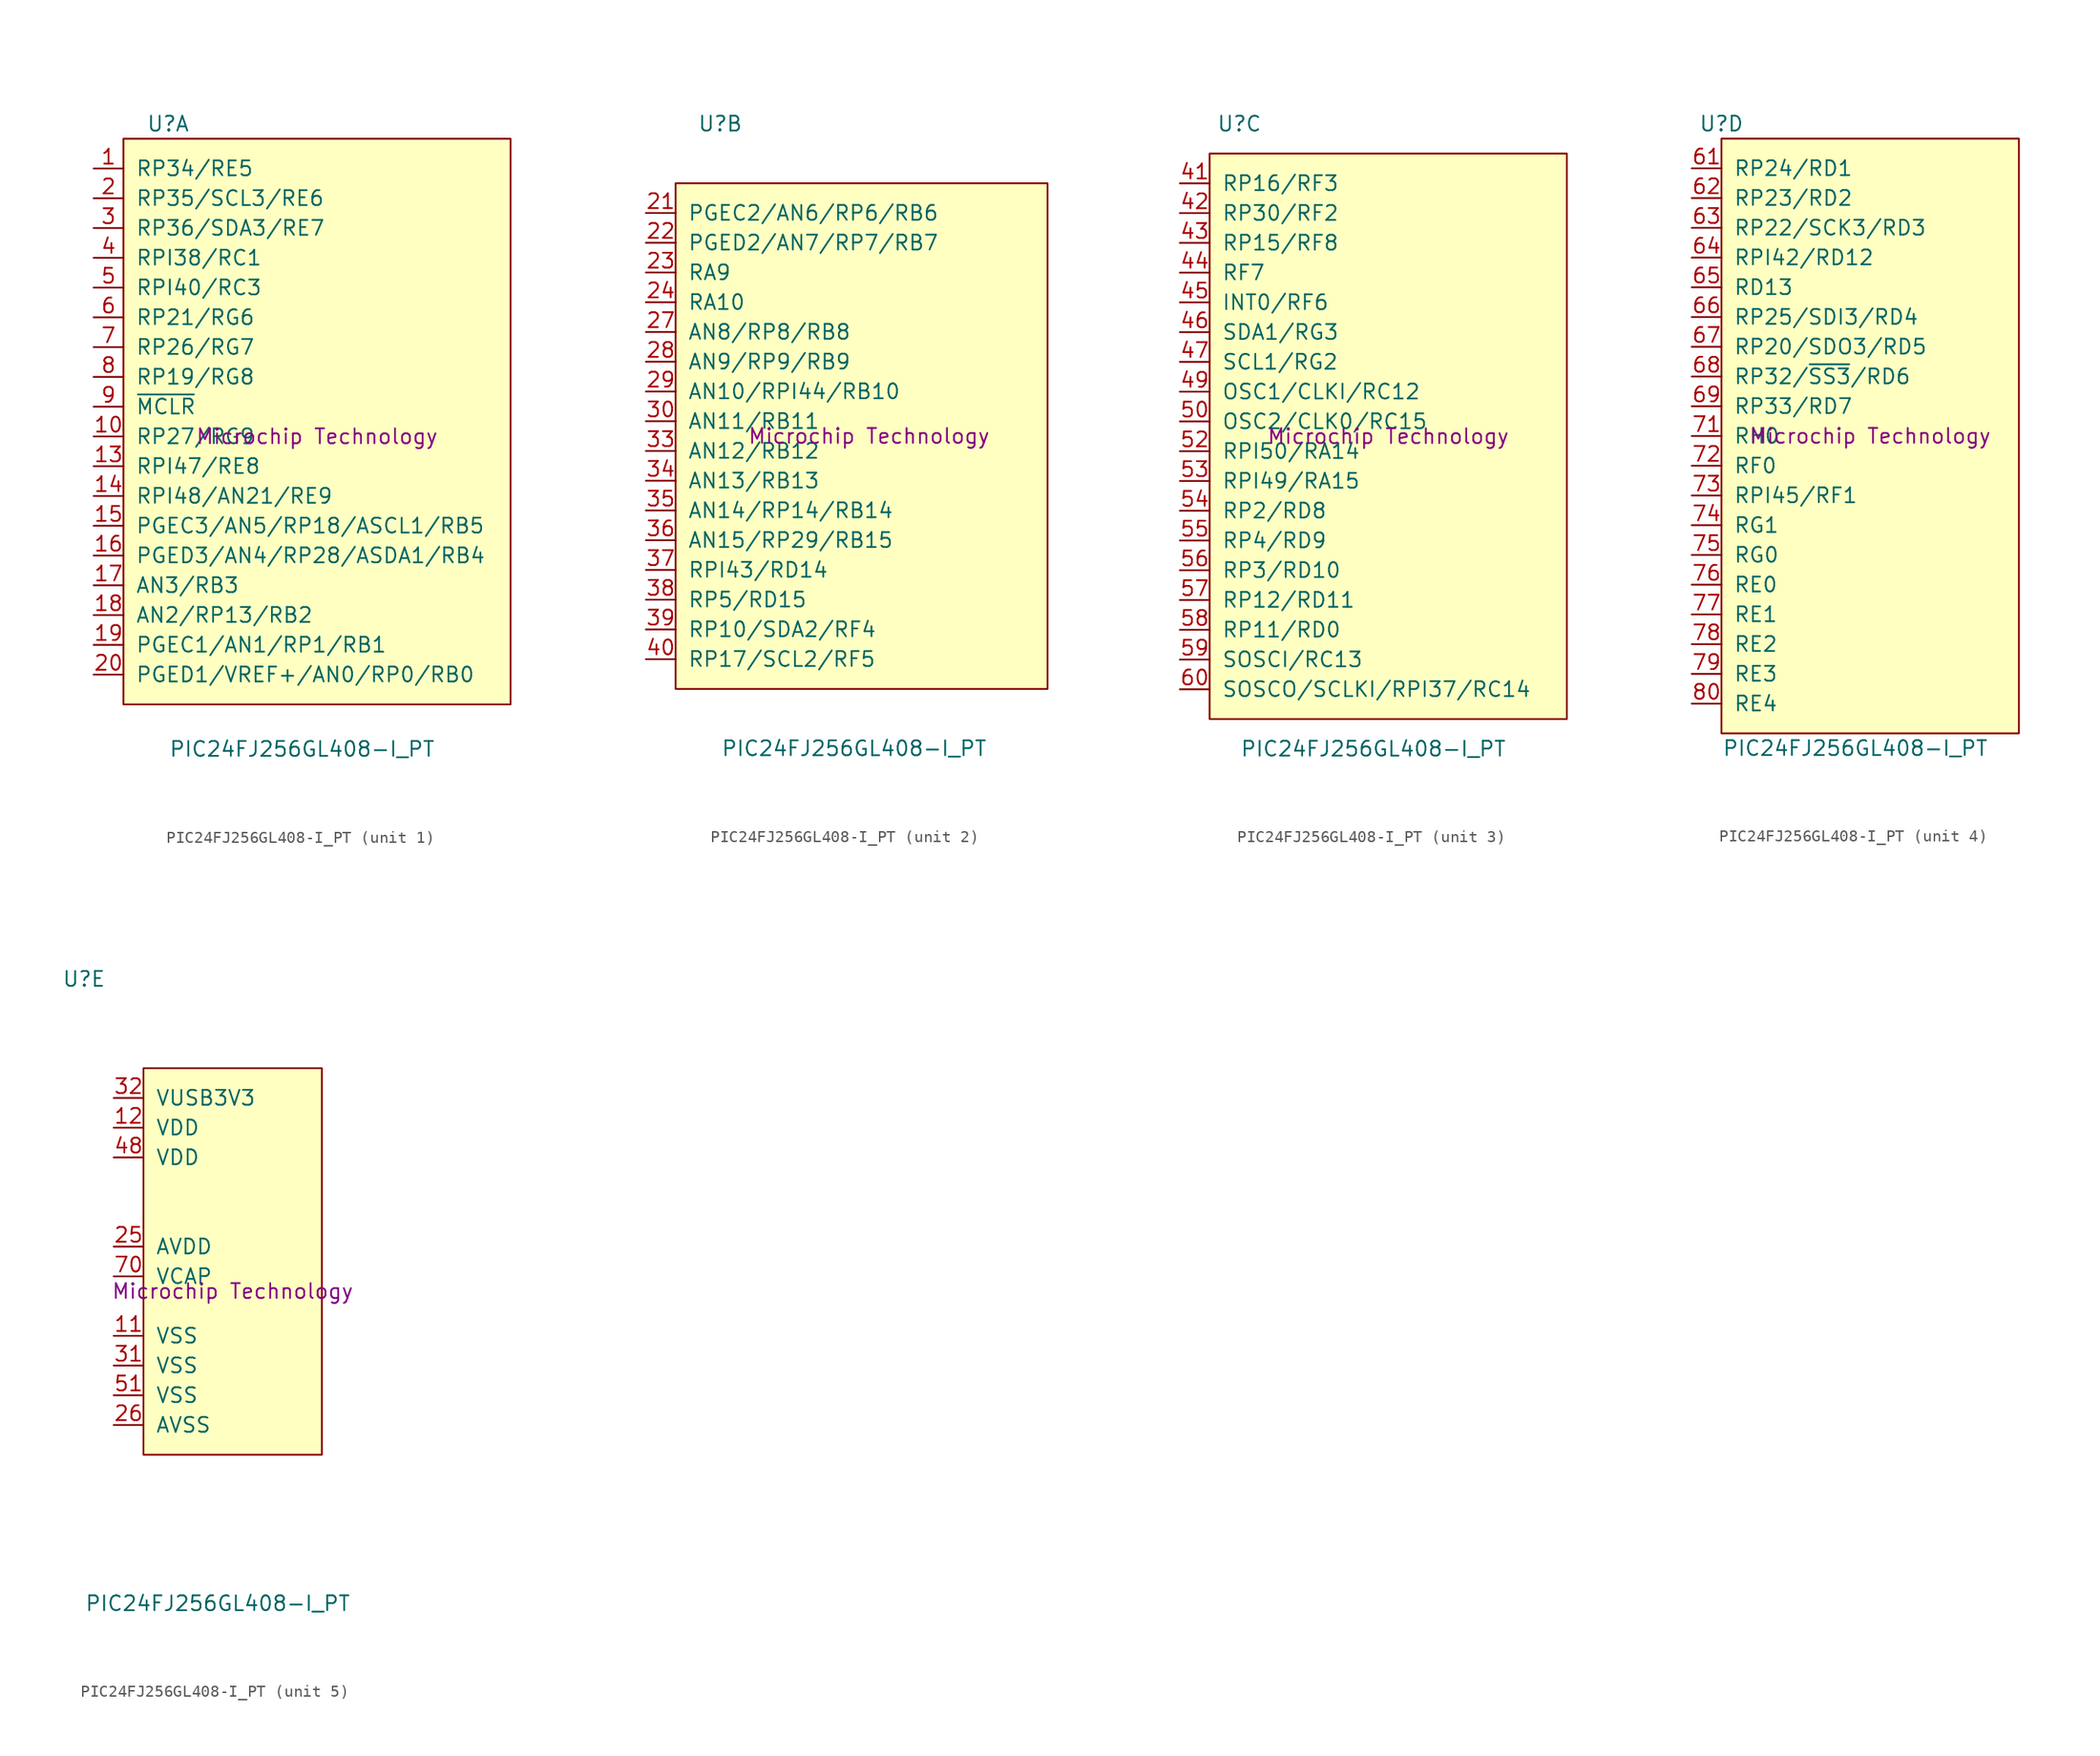
<source format=kicad_sym>
(kicad_symbol_lib
  (version 20231120)
  (generator "kicad_symbol_editor")
  (generator_version "8.0")
  (symbol "PIC24FJ256GL408-I_PT"
    (pin_names
      (offset 1.016))
    (property "Reference" "U"
      (at -12.7 26.67 0)
      (effects (font (size 1.27 1.27))))
    (property "Value" "PIC24FJ256GL408-I_PT"
      (at -1.27 -26.67 0)
      (effects (font (size 1.27 1.27))))
    (property "MFR" "Microchip Technology"
      (at 0 0 0)
      (effects (font (size 1.27 1.27))))
    (symbol "PIC24FJ256GL408-I_PT_1_1"
      (rectangle (start -16.51 25.4) (end 16.51 -22.86) (stroke (width 0.152) (type default)) (fill (type background)))
      (pin unspecified line (at -19.05 22.86 0) (length 2.54) (name "RP34/RE5" (effects (font (size 1.27 1.27)))) (number "1" (effects (font (size 1.27 1.27)))))
      (pin unspecified line (at -19.05 0 0) (length 2.54) (name "RP27/RG9" (effects (font (size 1.27 1.27)))) (number "10" (effects (font (size 1.27 1.27)))))
      (pin unspecified line (at -19.05 -2.54 0) (length 2.54) (name "RPI47/RE8" (effects (font (size 1.27 1.27)))) (number "13" (effects (font (size 1.27 1.27)))))
      (pin unspecified line (at -19.05 -5.08 0) (length 2.54) (name "RPI48/AN21/RE9" (effects (font (size 1.27 1.27)))) (number "14" (effects (font (size 1.27 1.27)))))
      (pin unspecified line (at -19.05 -7.62 0) (length 2.54) (name "PGEC3/AN5/RP18/ASCL1/RB5" (effects (font (size 1.27 1.27)))) (number "15" (effects (font (size 1.27 1.27)))))
      (pin unspecified line (at -19.05 -10.16 0) (length 2.54) (name "PGED3/AN4/RP28/ASDA1/RB4" (effects (font (size 1.27 1.27)))) (number "16" (effects (font (size 1.27 1.27)))))
      (pin unspecified line (at -19.05 -12.7 0) (length 2.54) (name "AN3/RB3" (effects (font (size 1.27 1.27)))) (number "17" (effects (font (size 1.27 1.27)))))
      (pin unspecified line (at -19.05 -15.24 0) (length 2.54) (name "AN2/RP13/RB2" (effects (font (size 1.27 1.27)))) (number "18" (effects (font (size 1.27 1.27)))))
      (pin unspecified line (at -19.05 -17.78 0) (length 2.54) (name "PGEC1/AN1/RP1/RB1" (effects (font (size 1.27 1.27)))) (number "19" (effects (font (size 1.27 1.27)))))
      (pin unspecified line (at -19.05 20.32 0) (length 2.54) (name "RP35/SCL3/RE6" (effects (font (size 1.27 1.27)))) (number "2" (effects (font (size 1.27 1.27)))))
      (pin unspecified line (at -19.05 -20.32 0) (length 2.54) (name "PGED1/VREF+/AN0/RP0/RB0" (effects (font (size 1.27 1.27)))) (number "20" (effects (font (size 1.27 1.27)))))
      (pin unspecified line (at -19.05 17.78 0) (length 2.54) (name "RP36/SDA3/RE7" (effects (font (size 1.27 1.27)))) (number "3" (effects (font (size 1.27 1.27)))))
      (pin unspecified line (at -19.05 15.24 0) (length 2.54) (name "RPI38/RC1" (effects (font (size 1.27 1.27)))) (number "4" (effects (font (size 1.27 1.27)))))
      (pin unspecified line (at -19.05 12.7 0) (length 2.54) (name "RPI40/RC3" (effects (font (size 1.27 1.27)))) (number "5" (effects (font (size 1.27 1.27)))))
      (pin unspecified line (at -19.05 10.16 0) (length 2.54) (name "RP21/RG6" (effects (font (size 1.27 1.27)))) (number "6" (effects (font (size 1.27 1.27)))))
      (pin unspecified line (at -19.05 7.62 0) (length 2.54) (name "RP26/RG7" (effects (font (size 1.27 1.27)))) (number "7" (effects (font (size 1.27 1.27)))))
      (pin unspecified line (at -19.05 5.08 0) (length 2.54) (name "RP19/RG8" (effects (font (size 1.27 1.27)))) (number "8" (effects (font (size 1.27 1.27)))))
      (pin unspecified line (at -19.05 2.54 0) (length 2.54) (name "~{MCLR}" (effects (font (size 1.27 1.27)))) (number "9" (effects (font (size 1.27 1.27))))))
    (symbol "PIC24FJ256GL408-I_PT_2_1"
      (rectangle (start -16.51 21.59) (end 15.24 -21.59) (stroke (width 0.152) (type default)) (fill (type background)))
      (pin unspecified line (at -19.05 19.05 0) (length 2.54) (name "PGEC2/AN6/RP6/RB6" (effects (font (size 1.27 1.27)))) (number "21" (effects (font (size 1.27 1.27)))))
      (pin unspecified line (at -19.05 16.51 0) (length 2.54) (name "PGED2/AN7/RP7/RB7" (effects (font (size 1.27 1.27)))) (number "22" (effects (font (size 1.27 1.27)))))
      (pin unspecified line (at -19.05 13.97 0) (length 2.54) (name "RA9" (effects (font (size 1.27 1.27)))) (number "23" (effects (font (size 1.27 1.27)))))
      (pin unspecified line (at -19.05 11.43 0) (length 2.54) (name "RA10" (effects (font (size 1.27 1.27)))) (number "24" (effects (font (size 1.27 1.27)))))
      (pin unspecified line (at -19.05 8.89 0) (length 2.54) (name "AN8/RP8/RB8" (effects (font (size 1.27 1.27)))) (number "27" (effects (font (size 1.27 1.27)))))
      (pin unspecified line (at -19.05 6.35 0) (length 2.54) (name "AN9/RP9/RB9" (effects (font (size 1.27 1.27)))) (number "28" (effects (font (size 1.27 1.27)))))
      (pin unspecified line (at -19.05 3.81 0) (length 2.54) (name "AN10/RPI44/RB10" (effects (font (size 1.27 1.27)))) (number "29" (effects (font (size 1.27 1.27)))))
      (pin unspecified line (at -19.05 1.27 0) (length 2.54) (name "AN11/RB11" (effects (font (size 1.27 1.27)))) (number "30" (effects (font (size 1.27 1.27)))))
      (pin unspecified line (at -19.05 -1.27 0) (length 2.54) (name "AN12/RB12" (effects (font (size 1.27 1.27)))) (number "33" (effects (font (size 1.27 1.27)))))
      (pin unspecified line (at -19.05 -3.81 0) (length 2.54) (name "AN13/RB13" (effects (font (size 1.27 1.27)))) (number "34" (effects (font (size 1.27 1.27)))))
      (pin unspecified line (at -19.05 -6.35 0) (length 2.54) (name "AN14/RP14/RB14" (effects (font (size 1.27 1.27)))) (number "35" (effects (font (size 1.27 1.27)))))
      (pin unspecified line (at -19.05 -8.89 0) (length 2.54) (name "AN15/RP29/RB15" (effects (font (size 1.27 1.27)))) (number "36" (effects (font (size 1.27 1.27)))))
      (pin unspecified line (at -19.05 -11.43 0) (length 2.54) (name "RPI43/RD14" (effects (font (size 1.27 1.27)))) (number "37" (effects (font (size 1.27 1.27)))))
      (pin unspecified line (at -19.05 -13.97 0) (length 2.54) (name "RP5/RD15" (effects (font (size 1.27 1.27)))) (number "38" (effects (font (size 1.27 1.27)))))
      (pin unspecified line (at -19.05 -16.51 0) (length 2.54) (name "RP10/SDA2/RF4" (effects (font (size 1.27 1.27)))) (number "39" (effects (font (size 1.27 1.27)))))
      (pin unspecified line (at -19.05 -19.05 0) (length 2.54) (name "RP17/SCL2/RF5" (effects (font (size 1.27 1.27)))) (number "40" (effects (font (size 1.27 1.27))))))
    (symbol "PIC24FJ256GL408-I_PT_3_1"
      (rectangle (start -15.24 24.13) (end 15.24 -24.13) (stroke (width 0.152) (type default)) (fill (type background)))
      (pin unspecified line (at -17.78 21.59 0) (length 2.54) (name "RP16/RF3" (effects (font (size 1.27 1.27)))) (number "41" (effects (font (size 1.27 1.27)))))
      (pin unspecified line (at -17.78 19.05 0) (length 2.54) (name "RP30/RF2" (effects (font (size 1.27 1.27)))) (number "42" (effects (font (size 1.27 1.27)))))
      (pin unspecified line (at -17.78 16.51 0) (length 2.54) (name "RP15/RF8" (effects (font (size 1.27 1.27)))) (number "43" (effects (font (size 1.27 1.27)))))
      (pin unspecified line (at -17.78 13.97 0) (length 2.54) (name "RF7" (effects (font (size 1.27 1.27)))) (number "44" (effects (font (size 1.27 1.27)))))
      (pin unspecified line (at -17.78 11.43 0) (length 2.54) (name "INT0/RF6" (effects (font (size 1.27 1.27)))) (number "45" (effects (font (size 1.27 1.27)))))
      (pin unspecified line (at -17.78 8.89 0) (length 2.54) (name "SDA1/RG3" (effects (font (size 1.27 1.27)))) (number "46" (effects (font (size 1.27 1.27)))))
      (pin unspecified line (at -17.78 6.35 0) (length 2.54) (name "SCL1/RG2" (effects (font (size 1.27 1.27)))) (number "47" (effects (font (size 1.27 1.27)))))
      (pin unspecified line (at -17.78 3.81 0) (length 2.54) (name "OSC1/CLKI/RC12" (effects (font (size 1.27 1.27)))) (number "49" (effects (font (size 1.27 1.27)))))
      (pin unspecified line (at -17.78 1.27 0) (length 2.54) (name "OSC2/CLK0/RC15" (effects (font (size 1.27 1.27)))) (number "50" (effects (font (size 1.27 1.27)))))
      (pin unspecified line (at -17.78 -1.27 0) (length 2.54) (name "RPI50/RA14" (effects (font (size 1.27 1.27)))) (number "52" (effects (font (size 1.27 1.27)))))
      (pin unspecified line (at -17.78 -3.81 0) (length 2.54) (name "RPI49/RA15" (effects (font (size 1.27 1.27)))) (number "53" (effects (font (size 1.27 1.27)))))
      (pin unspecified line (at -17.78 -6.35 0) (length 2.54) (name "RP2/RD8" (effects (font (size 1.27 1.27)))) (number "54" (effects (font (size 1.27 1.27)))))
      (pin unspecified line (at -17.78 -8.89 0) (length 2.54) (name "RP4/RD9" (effects (font (size 1.27 1.27)))) (number "55" (effects (font (size 1.27 1.27)))))
      (pin unspecified line (at -17.78 -11.43 0) (length 2.54) (name "RP3/RD10" (effects (font (size 1.27 1.27)))) (number "56" (effects (font (size 1.27 1.27)))))
      (pin unspecified line (at -17.78 -13.97 0) (length 2.54) (name "RP12/RD11" (effects (font (size 1.27 1.27)))) (number "57" (effects (font (size 1.27 1.27)))))
      (pin unspecified line (at -17.78 -16.51 0) (length 2.54) (name "RP11/RD0" (effects (font (size 1.27 1.27)))) (number "58" (effects (font (size 1.27 1.27)))))
      (pin unspecified line (at -17.78 -19.05 0) (length 2.54) (name "SOSCI/RC13" (effects (font (size 1.27 1.27)))) (number "59" (effects (font (size 1.27 1.27)))))
      (pin unspecified line (at -17.78 -21.59 0) (length 2.54) (name "SOSCO/SCLKI/RPI37/RC14" (effects (font (size 1.27 1.27)))) (number "60" (effects (font (size 1.27 1.27))))))
    (symbol "PIC24FJ256GL408-I_PT_4_1"
      (rectangle (start -12.7 25.4) (end 12.7 -25.4) (stroke (width 0.152) (type default)) (fill (type background)))
      (pin unspecified line (at -15.24 22.86 0) (length 2.54) (name "RP24/RD1" (effects (font (size 1.27 1.27)))) (number "61" (effects (font (size 1.27 1.27)))))
      (pin unspecified line (at -15.24 20.32 0) (length 2.54) (name "RP23/RD2" (effects (font (size 1.27 1.27)))) (number "62" (effects (font (size 1.27 1.27)))))
      (pin unspecified line (at -15.24 17.78 0) (length 2.54) (name "RP22/SCK3/RD3" (effects (font (size 1.27 1.27)))) (number "63" (effects (font (size 1.27 1.27)))))
      (pin unspecified line (at -15.24 15.24 0) (length 2.54) (name "RPI42/RD12" (effects (font (size 1.27 1.27)))) (number "64" (effects (font (size 1.27 1.27)))))
      (pin unspecified line (at -15.24 12.7 0) (length 2.54) (name "RD13" (effects (font (size 1.27 1.27)))) (number "65" (effects (font (size 1.27 1.27)))))
      (pin unspecified line (at -15.24 10.16 0) (length 2.54) (name "RP25/SDI3/RD4" (effects (font (size 1.27 1.27)))) (number "66" (effects (font (size 1.27 1.27)))))
      (pin unspecified line (at -15.24 7.62 0) (length 2.54) (name "RP20/SDO3/RD5" (effects (font (size 1.27 1.27)))) (number "67" (effects (font (size 1.27 1.27)))))
      (pin unspecified line (at -15.24 5.08 0) (length 2.54) (name "RP32/~{SS3}/RD6" (effects (font (size 1.27 1.27)))) (number "68" (effects (font (size 1.27 1.27)))))
      (pin unspecified line (at -15.24 2.54 0) (length 2.54) (name "RP33/RD7" (effects (font (size 1.27 1.27)))) (number "69" (effects (font (size 1.27 1.27)))))
      (pin unspecified line (at -15.24 0 0) (length 2.54) (name "RH0" (effects (font (size 1.27 1.27)))) (number "71" (effects (font (size 1.27 1.27)))))
      (pin unspecified line (at -15.24 -2.54 0) (length 2.54) (name "RF0" (effects (font (size 1.27 1.27)))) (number "72" (effects (font (size 1.27 1.27)))))
      (pin unspecified line (at -15.24 -5.08 0) (length 2.54) (name "RPI45/RF1" (effects (font (size 1.27 1.27)))) (number "73" (effects (font (size 1.27 1.27)))))
      (pin unspecified line (at -15.24 -7.62 0) (length 2.54) (name "RG1" (effects (font (size 1.27 1.27)))) (number "74" (effects (font (size 1.27 1.27)))))
      (pin unspecified line (at -15.24 -10.16 0) (length 2.54) (name "RG0" (effects (font (size 1.27 1.27)))) (number "75" (effects (font (size 1.27 1.27)))))
      (pin unspecified line (at -15.24 -12.7 0) (length 2.54) (name "RE0" (effects (font (size 1.27 1.27)))) (number "76" (effects (font (size 1.27 1.27)))))
      (pin unspecified line (at -15.24 -15.24 0) (length 2.54) (name "RE1" (effects (font (size 1.27 1.27)))) (number "77" (effects (font (size 1.27 1.27)))))
      (pin unspecified line (at -15.24 -17.78 0) (length 2.54) (name "RE2" (effects (font (size 1.27 1.27)))) (number "78" (effects (font (size 1.27 1.27)))))
      (pin unspecified line (at -15.24 -20.32 0) (length 2.54) (name "RE3" (effects (font (size 1.27 1.27)))) (number "79" (effects (font (size 1.27 1.27)))))
      (pin unspecified line (at -15.24 -22.86 0) (length 2.54) (name "RE4" (effects (font (size 1.27 1.27)))) (number "80" (effects (font (size 1.27 1.27))))))
    (symbol "PIC24FJ256GL408-I_PT_5_1"
      (rectangle (start -7.62 19.05) (end 7.62 -13.97) (stroke (width 0) (type default)) (fill (type background)))
      (pin unspecified line (at -10.16 -3.81 0) (length 2.54) (name "VSS" (effects (font (size 1.27 1.27)))) (number "11" (effects (font (size 1.27 1.27)))))
      (pin unspecified line (at -10.16 13.97 0) (length 2.54) (name "VDD" (effects (font (size 1.27 1.27)))) (number "12" (effects (font (size 1.27 1.27)))))
      (pin unspecified line (at -10.16 3.81 0) (length 2.54) (name "AVDD" (effects (font (size 1.27 1.27)))) (number "25" (effects (font (size 1.27 1.27)))))
      (pin unspecified line (at -10.16 -11.43 0) (length 2.54) (name "AVSS" (effects (font (size 1.27 1.27)))) (number "26" (effects (font (size 1.27 1.27)))))
      (pin unspecified line (at -10.16 -6.35 0) (length 2.54) (name "VSS" (effects (font (size 1.27 1.27)))) (number "31" (effects (font (size 1.27 1.27)))))
      (pin unspecified line (at -10.16 16.51 0) (length 2.54) (name "VUSB3V3" (effects (font (size 1.27 1.27)))) (number "32" (effects (font (size 1.27 1.27)))))
      (pin unspecified line (at -10.16 11.43 0) (length 2.54) (name "VDD" (effects (font (size 1.27 1.27)))) (number "48" (effects (font (size 1.27 1.27)))))
      (pin unspecified line (at -10.16 -8.89 0) (length 2.54) (name "VSS" (effects (font (size 1.27 1.27)))) (number "51" (effects (font (size 1.27 1.27)))))
      (pin unspecified line (at -10.16 1.27 0) (length 2.54) (name "VCAP" (effects (font (size 1.27 1.27)))) (number "70" (effects (font (size 1.27 1.27))))))))
</source>
